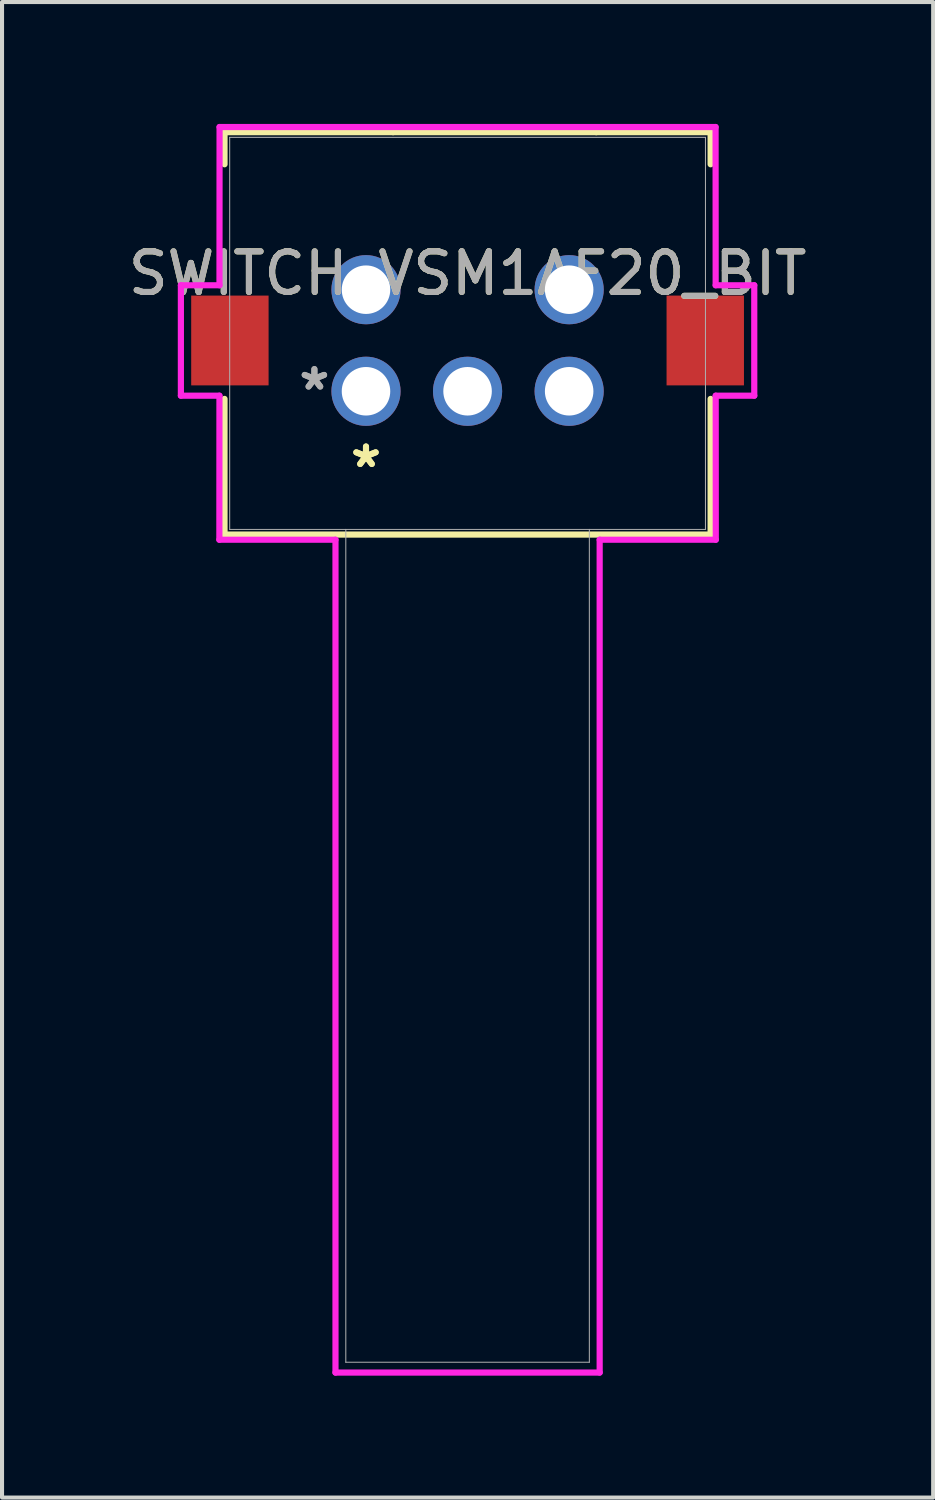
<source format=kicad_pcb>
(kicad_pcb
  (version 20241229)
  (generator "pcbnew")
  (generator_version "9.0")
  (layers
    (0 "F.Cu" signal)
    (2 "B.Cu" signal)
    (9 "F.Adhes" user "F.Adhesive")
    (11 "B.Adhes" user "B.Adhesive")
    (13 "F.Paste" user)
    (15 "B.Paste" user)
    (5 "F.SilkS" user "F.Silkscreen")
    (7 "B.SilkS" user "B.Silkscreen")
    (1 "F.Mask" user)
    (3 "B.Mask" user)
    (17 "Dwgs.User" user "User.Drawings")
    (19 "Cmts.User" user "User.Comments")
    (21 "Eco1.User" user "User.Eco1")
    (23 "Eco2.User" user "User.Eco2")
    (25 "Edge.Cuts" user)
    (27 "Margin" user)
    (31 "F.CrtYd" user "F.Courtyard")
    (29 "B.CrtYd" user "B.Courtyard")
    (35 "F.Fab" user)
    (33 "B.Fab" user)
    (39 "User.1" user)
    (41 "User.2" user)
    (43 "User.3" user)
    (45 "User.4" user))
  (footprint "SWITCH_VSM1AF20_BIT"
    (layer "F.Cu")
    (at 5.958 6.58)
    (property "Reference" "SWITCH_VSM1AF20_BIT" (at 2.5 -2.899 0) (unlocked yes) (layer "F.SilkS") (effects (font (size 1 1) (thickness 0.15))))
    (attr through_hole)
    (fp_line (start -3.482 -6.377) (end -3.482 -5.587) (stroke (width 0.152) (type solid)) (layer "F.SilkS"))
    (fp_line (start -3.482 0.188) (end -3.482 3.527) (stroke (width 0.152) (type solid)) (layer "F.SilkS"))
    (fp_line (start -3.482 3.527) (end 8.482 3.527) (stroke (width 0.152) (type solid)) (layer "F.SilkS"))
    (fp_line (start 0.667 -6.377) (end -3.482 -6.377) (stroke (width 0.152) (type solid)) (layer "F.SilkS"))
    (fp_line (start 5.667 -6.377) (end 0.667 -6.377) (stroke (width 0.152) (type solid)) (layer "F.SilkS"))
    (fp_line (start 8.482 -6.377) (end 5.667 -6.377) (stroke (width 0.152) (type solid)) (layer "F.SilkS"))
    (fp_line (start 8.482 -5.587) (end 8.482 -6.377) (stroke (width 0.152) (type solid)) (layer "F.SilkS"))
    (fp_line (start 8.482 3.527) (end 8.482 0.188) (stroke (width 0.152) (type solid)) (layer "F.SilkS"))
    (fp_line (start -4.556 -2.609) (end -4.556 0.109) (stroke (width 0.152) (type solid)) (layer "F.CrtYd"))
    (fp_line (start -4.556 0.109) (end -3.607 0.109) (stroke (width 0.152) (type solid)) (layer "F.CrtYd"))
    (fp_line (start -3.609 3.654) (end -0.751 3.654) (stroke (width 0.152) (type solid)) (layer "F.CrtYd"))
    (fp_line (start -3.607 0.109) (end -3.609 3.654) (stroke (width 0.152) (type solid)) (layer "F.CrtYd"))
    (fp_line (start -3.606 -2.609) (end -4.556 -2.609) (stroke (width 0.152) (type solid)) (layer "F.CrtYd"))
    (fp_line (start -3.604 -6.504) (end -3.606 -2.609) (stroke (width 0.152) (type solid)) (layer "F.CrtYd"))
    (fp_line (start -0.751 3.654) (end -0.751 24.152) (stroke (width 0.152) (type solid)) (layer "F.CrtYd"))
    (fp_line (start -0.751 24.152) (end 5.751 24.152) (stroke (width 0.152) (type solid)) (layer "F.CrtYd"))
    (fp_line (start 5.751 3.654) (end 8.609 3.654) (stroke (width 0.152) (type solid)) (layer "F.CrtYd"))
    (fp_line (start 5.751 24.152) (end 5.751 3.654) (stroke (width 0.152) (type solid)) (layer "F.CrtYd"))
    (fp_line (start 8.604 -6.504) (end -3.604 -6.504) (stroke (width 0.152) (type solid)) (layer "F.CrtYd"))
    (fp_line (start 8.606 -2.609) (end 8.604 -6.504) (stroke (width 0.152) (type solid)) (layer "F.CrtYd"))
    (fp_line (start 8.607 0.109) (end 9.556 0.109) (stroke (width 0.152) (type solid)) (layer "F.CrtYd"))
    (fp_line (start 8.609 3.654) (end 8.607 0.109) (stroke (width 0.152) (type solid)) (layer "F.CrtYd"))
    (fp_line (start 9.556 -2.609) (end 8.606 -2.609) (stroke (width 0.152) (type solid)) (layer "F.CrtYd"))
    (fp_line (start 9.556 0.109) (end 9.556 -2.609) (stroke (width 0.152) (type solid)) (layer "F.CrtYd"))
    (fp_line (start -3.355 -6.25) (end -3.355 3.4) (stroke (width 0.025) (type solid)) (layer "F.Fab"))
    (fp_line (start -3.355 3.4) (end 8.355 3.4) (stroke (width 0.025) (type solid)) (layer "F.Fab"))
    (fp_line (start -0.497 3.4) (end -0.497 23.898) (stroke (width 0.025) (type solid)) (layer "F.Fab"))
    (fp_line (start -0.497 23.898) (end 5.497 23.898) (stroke (width 0.025) (type solid)) (layer "F.Fab"))
    (fp_line (start 5.497 3.4) (end 5.497 23.898) (stroke (width 0.025) (type solid)) (layer "F.Fab"))
    (fp_line (start 8.355 -6.25) (end -3.355 -6.25) (stroke (width 0.025) (type solid)) (layer "F.Fab"))
    (fp_line (start 8.355 3.4) (end 8.355 -6.25) (stroke (width 0.025) (type solid)) (layer "F.Fab"))
    (fp_text user "*" (at 0 1.905 0) (layer "F.SilkS") (effects (font (size 1 1) (thickness 0.15))))
    (fp_text user "*" (at 0 1.905 0) (unlocked yes) (layer "F.SilkS") (effects (font (size 1 1) (thickness 0.15))))
    (fp_text user "*" (at -1.27 0 0) (layer "F.Fab") (effects (font (size 1 1) (thickness 0.15))))
    (fp_text user "*" (at -1.27 0 0) (unlocked yes) (layer "F.Fab") (effects (font (size 1 1) (thickness 0.15))))
    (fp_text user "${REFERENCE}" (at 2.5 -2.899 0) (unlocked yes) (layer "F.Fab") (effects (font (size 1 1) (thickness 0.15))))
    (pad "6" smd rect (at -3.35 -1.25) (size 1.905 2.21) (layers "F.Cu" "F.Mask" "F.Paste"))
    (pad "7" smd rect (at 8.35 -1.25) (size 1.905 2.21) (layers "F.Cu" "F.Mask" "F.Paste"))
    (pad "A" thru_hole circle (at 0 0) (size 1.702 1.702) (drill 1.194) (layers "*.Cu" "*.Mask"))
    (pad "B" thru_hole circle (at 5 0) (size 1.702 1.702) (drill 1.194) (layers "*.Cu" "*.Mask"))
    (pad "C" thru_hole circle (at 2.5 0) (size 1.702 1.702) (drill 1.194) (layers "*.Cu" "*.Mask"))
    (pad "D" thru_hole circle (at 0 -2.5) (size 1.702 1.702) (drill 1.194) (layers "*.Cu" "*.Mask"))
    (pad "E" thru_hole circle (at 5 -2.5) (size 1.702 1.702) (drill 1.194) (layers "*.Cu" "*.Mask")))
  (gr_rect
    (start -3 -3)
    (end 19.917 33.808)
    (stroke (width 0.1) (type default))
    (fill no)
    (layer "Edge.Cuts")))
</source>
